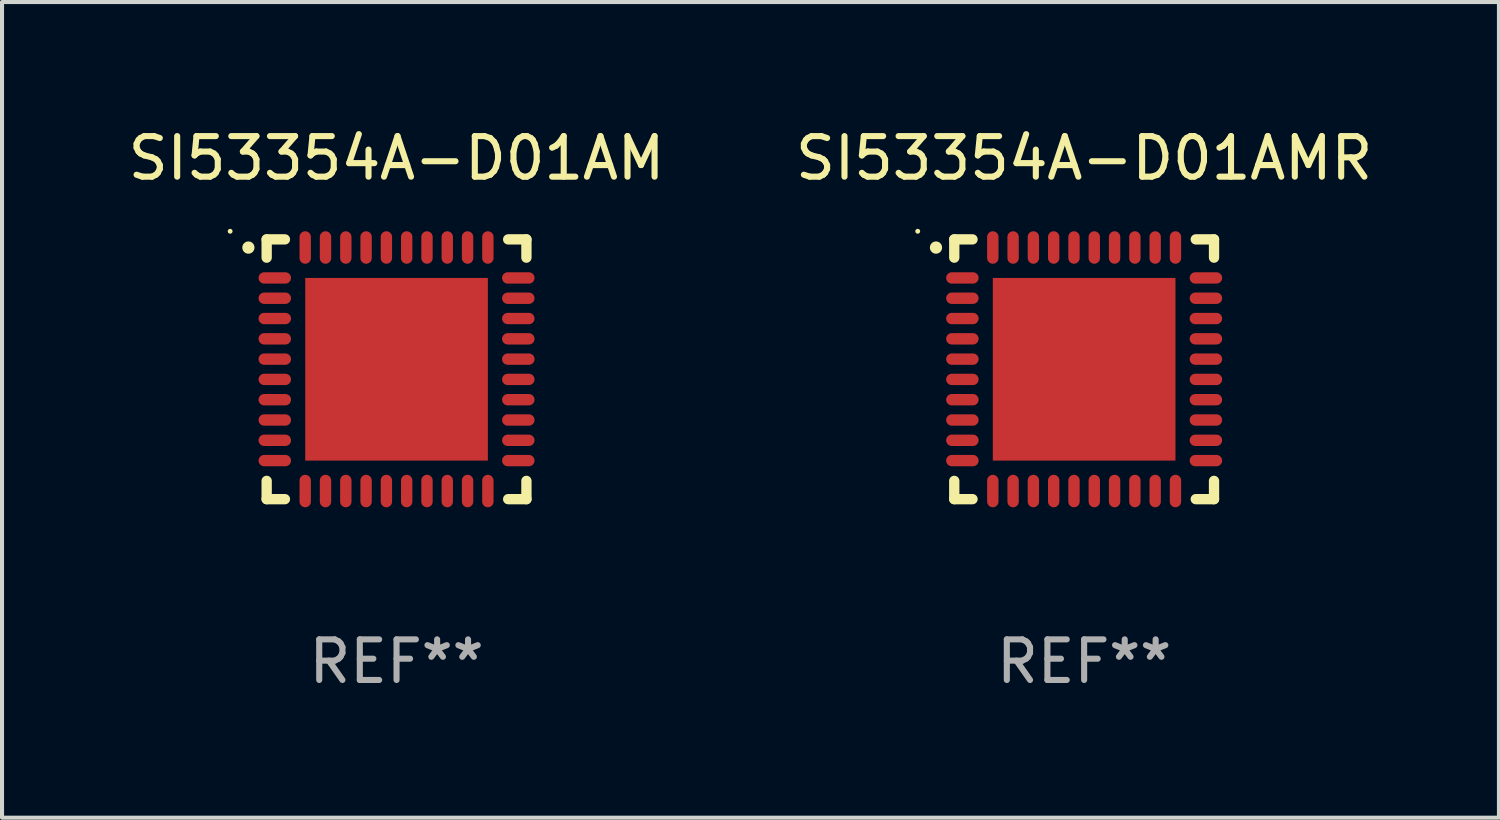
<source format=kicad_pcb>
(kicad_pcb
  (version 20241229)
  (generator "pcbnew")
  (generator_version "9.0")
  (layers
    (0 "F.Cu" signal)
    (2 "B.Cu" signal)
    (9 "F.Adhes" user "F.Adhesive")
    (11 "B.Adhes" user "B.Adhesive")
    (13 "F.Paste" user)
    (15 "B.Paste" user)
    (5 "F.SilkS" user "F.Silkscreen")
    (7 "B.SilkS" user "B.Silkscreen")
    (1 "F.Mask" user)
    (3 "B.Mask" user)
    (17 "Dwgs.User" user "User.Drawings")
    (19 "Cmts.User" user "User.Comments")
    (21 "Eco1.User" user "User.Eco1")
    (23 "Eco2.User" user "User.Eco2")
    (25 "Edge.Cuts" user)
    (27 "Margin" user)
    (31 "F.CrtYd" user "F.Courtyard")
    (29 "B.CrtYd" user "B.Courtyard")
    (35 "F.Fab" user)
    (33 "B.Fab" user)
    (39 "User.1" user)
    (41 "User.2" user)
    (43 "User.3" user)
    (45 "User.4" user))
  (footprint "SI53354A-D01AMR"
    (layer "F.Cu")
    (at 23.661 6.048)
    (property "Reference" "SI53354A-D01AMR" (at 0 -5.2 0) (layer "F.SilkS") (effects (font (size 1 1) (thickness 0.15))))
    (attr through_hole)
    (fp_line (start -3.2 -3.2) (end -2.75 -3.2) (stroke (width 0.254) (type solid)) (layer "F.SilkS"))
    (fp_line (start -3.2 -2.75) (end -3.2 -3.2) (stroke (width 0.254) (type solid)) (layer "F.SilkS"))
    (fp_line (start -3.2 3.2) (end -3.2 2.75) (stroke (width 0.254) (type solid)) (layer "F.SilkS"))
    (fp_line (start -2.75 3.2) (end -3.2 3.2) (stroke (width 0.254) (type solid)) (layer "F.SilkS"))
    (fp_line (start 2.75 3.2) (end 3.2 3.2) (stroke (width 0.254) (type solid)) (layer "F.SilkS"))
    (fp_line (start 3.2 -3.2) (end 2.75 -3.2) (stroke (width 0.254) (type solid)) (layer "F.SilkS"))
    (fp_line (start 3.2 -2.75) (end 3.2 -3.2) (stroke (width 0.254) (type solid)) (layer "F.SilkS"))
    (fp_line (start 3.2 3.2) (end 3.2 2.75) (stroke (width 0.254) (type solid)) (layer "F.SilkS"))
    (fp_arc (start -3.649987 -2.997206) (mid -3.649992 -2.998476) (end -3.649987 -2.999746) (stroke (width 0.3) (type solid)) (layer "F.SilkS"))
    (fp_circle (center -4.1 -3.4) (end -4.07 -3.4) (stroke (width 0.06) (type solid)) (fill no) (layer "F.SilkS"))
    (fp_text user "REF**" (at 0 7.2 0) (layer "F.Fab") (effects (font (size 1 1) (thickness 0.15))))
    (pad "1" smd oval (at -3 -2.25 90) (size 0.28 0.8) (layers "F.Cu" "F.Mask" "F.Paste"))
    (pad "2" smd oval (at -3 -1.75 90) (size 0.28 0.8) (layers "F.Cu" "F.Mask" "F.Paste"))
    (pad "3" smd oval (at -3 -1.25 90) (size 0.28 0.8) (layers "F.Cu" "F.Mask" "F.Paste"))
    (pad "4" smd oval (at -3 -0.75 90) (size 0.28 0.8) (layers "F.Cu" "F.Mask" "F.Paste"))
    (pad "5" smd oval (at -3 -0.25 90) (size 0.28 0.8) (layers "F.Cu" "F.Mask" "F.Paste"))
    (pad "6" smd oval (at -3 0.25 90) (size 0.28 0.8) (layers "F.Cu" "F.Mask" "F.Paste"))
    (pad "7" smd oval (at -3 0.75 90) (size 0.28 0.8) (layers "F.Cu" "F.Mask" "F.Paste"))
    (pad "8" smd oval (at -3 1.25 90) (size 0.28 0.8) (layers "F.Cu" "F.Mask" "F.Paste"))
    (pad "9" smd oval (at -3 1.75 90) (size 0.28 0.8) (layers "F.Cu" "F.Mask" "F.Paste"))
    (pad "10" smd oval (at -3 2.25 90) (size 0.28 0.8) (layers "F.Cu" "F.Mask" "F.Paste"))
    (pad "11" smd oval (at -2.25 3) (size 0.28 0.8) (layers "F.Cu" "F.Mask" "F.Paste"))
    (pad "12" smd oval (at -1.75 3) (size 0.28 0.8) (layers "F.Cu" "F.Mask" "F.Paste"))
    (pad "13" smd oval (at -1.25 3) (size 0.28 0.8) (layers "F.Cu" "F.Mask" "F.Paste"))
    (pad "14" smd oval (at -0.75 3) (size 0.28 0.8) (layers "F.Cu" "F.Mask" "F.Paste"))
    (pad "15" smd oval (at -0.25 3) (size 0.28 0.8) (layers "F.Cu" "F.Mask" "F.Paste"))
    (pad "16" smd oval (at 0.25 3) (size 0.28 0.8) (layers "F.Cu" "F.Mask" "F.Paste"))
    (pad "17" smd oval (at 0.75 3) (size 0.28 0.8) (layers "F.Cu" "F.Mask" "F.Paste"))
    (pad "18" smd oval (at 1.25 3) (size 0.28 0.8) (layers "F.Cu" "F.Mask" "F.Paste"))
    (pad "19" smd oval (at 1.75 3) (size 0.28 0.8) (layers "F.Cu" "F.Mask" "F.Paste"))
    (pad "20" smd oval (at 2.25 3) (size 0.28 0.8) (layers "F.Cu" "F.Mask" "F.Paste"))
    (pad "21" smd oval (at 3 2.25 90) (size 0.28 0.8) (layers "F.Cu" "F.Mask" "F.Paste"))
    (pad "22" smd oval (at 3 1.75 90) (size 0.28 0.8) (layers "F.Cu" "F.Mask" "F.Paste"))
    (pad "23" smd oval (at 3 1.25 90) (size 0.28 0.8) (layers "F.Cu" "F.Mask" "F.Paste"))
    (pad "24" smd oval (at 3 0.75 90) (size 0.28 0.8) (layers "F.Cu" "F.Mask" "F.Paste"))
    (pad "25" smd oval (at 3 0.25 90) (size 0.28 0.8) (layers "F.Cu" "F.Mask" "F.Paste"))
    (pad "26" smd oval (at 3 -0.25 90) (size 0.28 0.8) (layers "F.Cu" "F.Mask" "F.Paste"))
    (pad "27" smd oval (at 3 -0.75 90) (size 0.28 0.8) (layers "F.Cu" "F.Mask" "F.Paste"))
    (pad "28" smd oval (at 3 -1.25 90) (size 0.28 0.8) (layers "F.Cu" "F.Mask" "F.Paste"))
    (pad "29" smd oval (at 3 -1.75 90) (size 0.28 0.8) (layers "F.Cu" "F.Mask" "F.Paste"))
    (pad "30" smd oval (at 3 -2.25 90) (size 0.28 0.8) (layers "F.Cu" "F.Mask" "F.Paste"))
    (pad "31" smd oval (at 2.25 -3) (size 0.28 0.8) (layers "F.Cu" "F.Mask" "F.Paste"))
    (pad "32" smd oval (at 1.75 -3) (size 0.28 0.8) (layers "F.Cu" "F.Mask" "F.Paste"))
    (pad "33" smd oval (at 1.25 -3) (size 0.28 0.8) (layers "F.Cu" "F.Mask" "F.Paste"))
    (pad "34" smd oval (at 0.75 -3) (size 0.28 0.8) (layers "F.Cu" "F.Mask" "F.Paste"))
    (pad "35" smd oval (at 0.25 -3) (size 0.28 0.8) (layers "F.Cu" "F.Mask" "F.Paste"))
    (pad "36" smd oval (at -0.25 -3) (size 0.28 0.8) (layers "F.Cu" "F.Mask" "F.Paste"))
    (pad "37" smd oval (at -0.75 -3) (size 0.28 0.8) (layers "F.Cu" "F.Mask" "F.Paste"))
    (pad "38" smd oval (at -1.25 -3) (size 0.28 0.8) (layers "F.Cu" "F.Mask" "F.Paste"))
    (pad "39" smd oval (at -1.75 -3) (size 0.28 0.8) (layers "F.Cu" "F.Mask" "F.Paste"))
    (pad "40" smd oval (at -2.25 -3) (size 0.28 0.8) (layers "F.Cu" "F.Mask" "F.Paste"))
    (pad "41" smd rect (at 0 0) (size 4.5 4.5) (layers "F.Cu" "F.Mask" "F.Paste")))
  (footprint "SI53354A-D01AM"
    (layer "F.Cu")
    (at 6.72 6.048)
    (property "Reference" "SI53354A-D01AM" (at 0 -5.2 0) (layer "F.SilkS") (effects (font (size 1 1) (thickness 0.15))))
    (attr through_hole)
    (fp_line (start -3.2 -3.2) (end -2.75 -3.2) (stroke (width 0.254) (type solid)) (layer "F.SilkS"))
    (fp_line (start -3.2 -2.75) (end -3.2 -3.2) (stroke (width 0.254) (type solid)) (layer "F.SilkS"))
    (fp_line (start -3.2 3.2) (end -3.2 2.75) (stroke (width 0.254) (type solid)) (layer "F.SilkS"))
    (fp_line (start -2.75 3.2) (end -3.2 3.2) (stroke (width 0.254) (type solid)) (layer "F.SilkS"))
    (fp_line (start 2.75 3.2) (end 3.2 3.2) (stroke (width 0.254) (type solid)) (layer "F.SilkS"))
    (fp_line (start 3.2 -3.2) (end 2.75 -3.2) (stroke (width 0.254) (type solid)) (layer "F.SilkS"))
    (fp_line (start 3.2 -2.75) (end 3.2 -3.2) (stroke (width 0.254) (type solid)) (layer "F.SilkS"))
    (fp_line (start 3.2 3.2) (end 3.2 2.75) (stroke (width 0.254) (type solid)) (layer "F.SilkS"))
    (fp_arc (start -3.649987 -2.997206) (mid -3.649992 -2.998476) (end -3.649987 -2.999746) (stroke (width 0.3) (type solid)) (layer "F.SilkS"))
    (fp_circle (center -4.1 -3.4) (end -4.07 -3.4) (stroke (width 0.06) (type solid)) (fill no) (layer "F.SilkS"))
    (fp_text user "REF**" (at 0 7.2 0) (layer "F.Fab") (effects (font (size 1 1) (thickness 0.15))))
    (pad "1" smd oval (at -3 -2.25 90) (size 0.28 0.8) (layers "F.Cu" "F.Mask" "F.Paste"))
    (pad "2" smd oval (at -3 -1.75 90) (size 0.28 0.8) (layers "F.Cu" "F.Mask" "F.Paste"))
    (pad "3" smd oval (at -3 -1.25 90) (size 0.28 0.8) (layers "F.Cu" "F.Mask" "F.Paste"))
    (pad "4" smd oval (at -3 -0.75 90) (size 0.28 0.8) (layers "F.Cu" "F.Mask" "F.Paste"))
    (pad "5" smd oval (at -3 -0.25 90) (size 0.28 0.8) (layers "F.Cu" "F.Mask" "F.Paste"))
    (pad "6" smd oval (at -3 0.25 90) (size 0.28 0.8) (layers "F.Cu" "F.Mask" "F.Paste"))
    (pad "7" smd oval (at -3 0.75 90) (size 0.28 0.8) (layers "F.Cu" "F.Mask" "F.Paste"))
    (pad "8" smd oval (at -3 1.25 90) (size 0.28 0.8) (layers "F.Cu" "F.Mask" "F.Paste"))
    (pad "9" smd oval (at -3 1.75 90) (size 0.28 0.8) (layers "F.Cu" "F.Mask" "F.Paste"))
    (pad "10" smd oval (at -3 2.25 90) (size 0.28 0.8) (layers "F.Cu" "F.Mask" "F.Paste"))
    (pad "11" smd oval (at -2.25 3) (size 0.28 0.8) (layers "F.Cu" "F.Mask" "F.Paste"))
    (pad "12" smd oval (at -1.75 3) (size 0.28 0.8) (layers "F.Cu" "F.Mask" "F.Paste"))
    (pad "13" smd oval (at -1.25 3) (size 0.28 0.8) (layers "F.Cu" "F.Mask" "F.Paste"))
    (pad "14" smd oval (at -0.75 3) (size 0.28 0.8) (layers "F.Cu" "F.Mask" "F.Paste"))
    (pad "15" smd oval (at -0.25 3) (size 0.28 0.8) (layers "F.Cu" "F.Mask" "F.Paste"))
    (pad "16" smd oval (at 0.25 3) (size 0.28 0.8) (layers "F.Cu" "F.Mask" "F.Paste"))
    (pad "17" smd oval (at 0.75 3) (size 0.28 0.8) (layers "F.Cu" "F.Mask" "F.Paste"))
    (pad "18" smd oval (at 1.25 3) (size 0.28 0.8) (layers "F.Cu" "F.Mask" "F.Paste"))
    (pad "19" smd oval (at 1.75 3) (size 0.28 0.8) (layers "F.Cu" "F.Mask" "F.Paste"))
    (pad "20" smd oval (at 2.25 3) (size 0.28 0.8) (layers "F.Cu" "F.Mask" "F.Paste"))
    (pad "21" smd oval (at 3 2.25 90) (size 0.28 0.8) (layers "F.Cu" "F.Mask" "F.Paste"))
    (pad "22" smd oval (at 3 1.75 90) (size 0.28 0.8) (layers "F.Cu" "F.Mask" "F.Paste"))
    (pad "23" smd oval (at 3 1.25 90) (size 0.28 0.8) (layers "F.Cu" "F.Mask" "F.Paste"))
    (pad "24" smd oval (at 3 0.75 90) (size 0.28 0.8) (layers "F.Cu" "F.Mask" "F.Paste"))
    (pad "25" smd oval (at 3 0.25 90) (size 0.28 0.8) (layers "F.Cu" "F.Mask" "F.Paste"))
    (pad "26" smd oval (at 3 -0.25 90) (size 0.28 0.8) (layers "F.Cu" "F.Mask" "F.Paste"))
    (pad "27" smd oval (at 3 -0.75 90) (size 0.28 0.8) (layers "F.Cu" "F.Mask" "F.Paste"))
    (pad "28" smd oval (at 3 -1.25 90) (size 0.28 0.8) (layers "F.Cu" "F.Mask" "F.Paste"))
    (pad "29" smd oval (at 3 -1.75 90) (size 0.28 0.8) (layers "F.Cu" "F.Mask" "F.Paste"))
    (pad "30" smd oval (at 3 -2.25 90) (size 0.28 0.8) (layers "F.Cu" "F.Mask" "F.Paste"))
    (pad "31" smd oval (at 2.25 -3) (size 0.28 0.8) (layers "F.Cu" "F.Mask" "F.Paste"))
    (pad "32" smd oval (at 1.75 -3) (size 0.28 0.8) (layers "F.Cu" "F.Mask" "F.Paste"))
    (pad "33" smd oval (at 1.25 -3) (size 0.28 0.8) (layers "F.Cu" "F.Mask" "F.Paste"))
    (pad "34" smd oval (at 0.75 -3) (size 0.28 0.8) (layers "F.Cu" "F.Mask" "F.Paste"))
    (pad "35" smd oval (at 0.25 -3) (size 0.28 0.8) (layers "F.Cu" "F.Mask" "F.Paste"))
    (pad "36" smd oval (at -0.25 -3) (size 0.28 0.8) (layers "F.Cu" "F.Mask" "F.Paste"))
    (pad "37" smd oval (at -0.75 -3) (size 0.28 0.8) (layers "F.Cu" "F.Mask" "F.Paste"))
    (pad "38" smd oval (at -1.25 -3) (size 0.28 0.8) (layers "F.Cu" "F.Mask" "F.Paste"))
    (pad "39" smd oval (at -1.75 -3) (size 0.28 0.8) (layers "F.Cu" "F.Mask" "F.Paste"))
    (pad "40" smd oval (at -2.25 -3) (size 0.28 0.8) (layers "F.Cu" "F.Mask" "F.Paste"))
    (pad "41" smd rect (at 0 0) (size 4.5 4.5) (layers "F.Cu" "F.Mask" "F.Paste")))
  (gr_rect
    (start -3 -3)
    (end 33.881 17.096)
    (stroke (width 0.1) (type default))
    (fill no)
    (layer "Edge.Cuts")))
</source>
